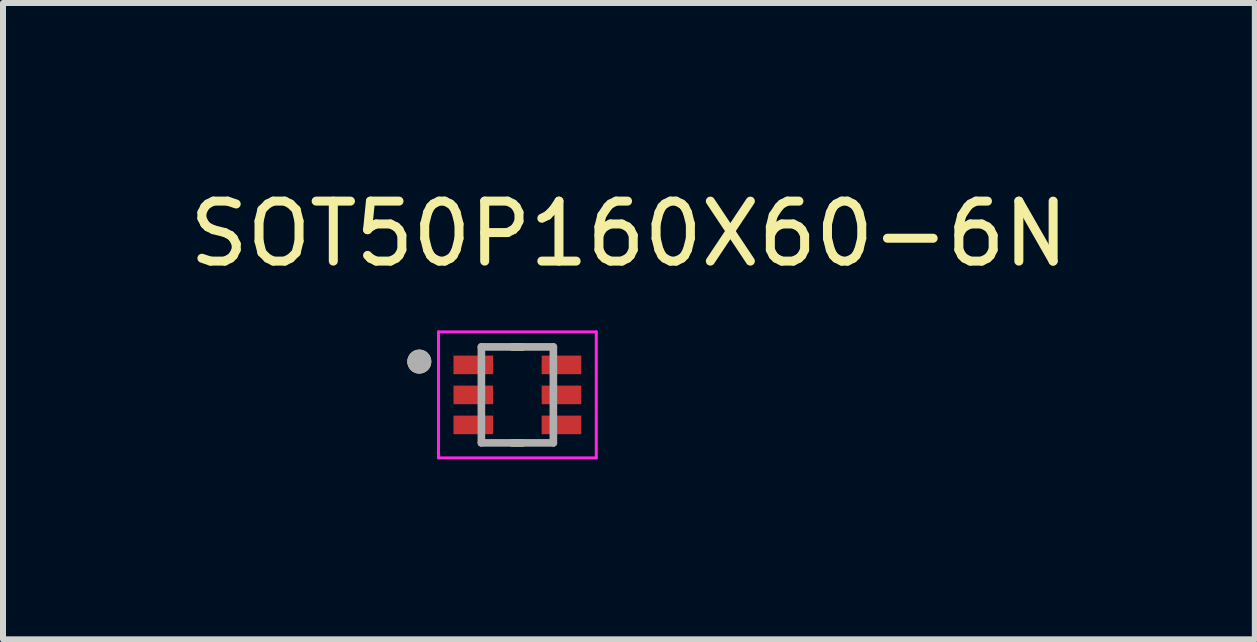
<source format=kicad_pcb>
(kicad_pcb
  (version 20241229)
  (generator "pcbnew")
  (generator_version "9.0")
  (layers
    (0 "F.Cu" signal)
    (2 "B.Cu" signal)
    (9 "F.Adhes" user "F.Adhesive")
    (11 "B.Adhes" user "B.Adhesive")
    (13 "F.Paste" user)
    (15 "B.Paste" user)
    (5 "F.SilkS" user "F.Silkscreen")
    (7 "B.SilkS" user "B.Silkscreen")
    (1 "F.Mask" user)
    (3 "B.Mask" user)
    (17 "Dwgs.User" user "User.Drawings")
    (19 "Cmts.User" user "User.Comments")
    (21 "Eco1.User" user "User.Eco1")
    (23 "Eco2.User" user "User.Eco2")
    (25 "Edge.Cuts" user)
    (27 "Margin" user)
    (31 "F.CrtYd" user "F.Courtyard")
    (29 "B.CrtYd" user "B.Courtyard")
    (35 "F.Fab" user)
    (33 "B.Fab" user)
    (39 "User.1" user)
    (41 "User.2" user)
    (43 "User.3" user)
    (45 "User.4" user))
  (footprint "SOT50P160X60-6N"
    (layer "F.Cu")
    (at 5.575 3.533)
    (property "Reference" "SOT50P160X60-6N" (at 1.86 -2.685 0) (layer "F.SilkS") (effects (font (size 1 1) (thickness 0.15))))
    (attr smd)
    (fp_line (start -0.085 -0.8) (end 0.085 -0.8) (stroke (width 0.127) (type solid)) (layer "F.SilkS"))
    (fp_line (start -0.085 0.8) (end 0.085 0.8) (stroke (width 0.127) (type solid)) (layer "F.SilkS"))
    (fp_circle (center -1.635 -0.555) (end -1.535 -0.555) (stroke (width 0.2) (type solid)) (fill no) (layer "F.SilkS"))
    (fp_line (start -1.315 -1.05) (end -1.315 1.05) (stroke (width 0.05) (type solid)) (layer "F.CrtYd"))
    (fp_line (start -1.315 1.05) (end 1.315 1.05) (stroke (width 0.05) (type solid)) (layer "F.CrtYd"))
    (fp_line (start 1.315 -1.05) (end -1.315 -1.05) (stroke (width 0.05) (type solid)) (layer "F.CrtYd"))
    (fp_line (start 1.315 1.05) (end 1.315 -1.05) (stroke (width 0.05) (type solid)) (layer "F.CrtYd"))
    (fp_line (start -0.6 -0.8) (end 0.6 -0.8) (stroke (width 0.127) (type solid)) (layer "F.Fab"))
    (fp_line (start -0.6 0.8) (end -0.6 -0.8) (stroke (width 0.127) (type solid)) (layer "F.Fab"))
    (fp_line (start 0.6 -0.8) (end 0.6 0.8) (stroke (width 0.127) (type solid)) (layer "F.Fab"))
    (fp_line (start 0.6 0.8) (end -0.6 0.8) (stroke (width 0.127) (type solid)) (layer "F.Fab"))
    (fp_circle (center -1.635 -0.555) (end -1.535 -0.555) (stroke (width 0.2) (type solid)) (fill no) (layer "F.Fab"))
    (pad "1" smd roundrect (at -0.735 -0.5) (size 0.66 0.31) (layers "F.Cu" "F.Mask" "F.Paste") (roundrect_rratio 0.02))
    (pad "2" smd roundrect (at -0.735 0) (size 0.66 0.31) (layers "F.Cu" "F.Mask" "F.Paste") (roundrect_rratio 0.02))
    (pad "3" smd roundrect (at -0.735 0.5) (size 0.66 0.31) (layers "F.Cu" "F.Mask" "F.Paste") (roundrect_rratio 0.02))
    (pad "4" smd roundrect (at 0.735 0.5) (size 0.66 0.31) (layers "F.Cu" "F.Mask" "F.Paste") (roundrect_rratio 0.02))
    (pad "5" smd roundrect (at 0.735 0) (size 0.66 0.31) (layers "F.Cu" "F.Mask" "F.Paste") (roundrect_rratio 0.02))
    (pad "6" smd roundrect (at 0.735 -0.5) (size 0.66 0.31) (layers "F.Cu" "F.Mask" "F.Paste") (roundrect_rratio 0.02)))
  (gr_rect
    (start -3 -3)
    (end 17.869 7.608)
    (stroke (width 0.1) (type default))
    (fill no)
    (layer "Edge.Cuts")))
</source>
